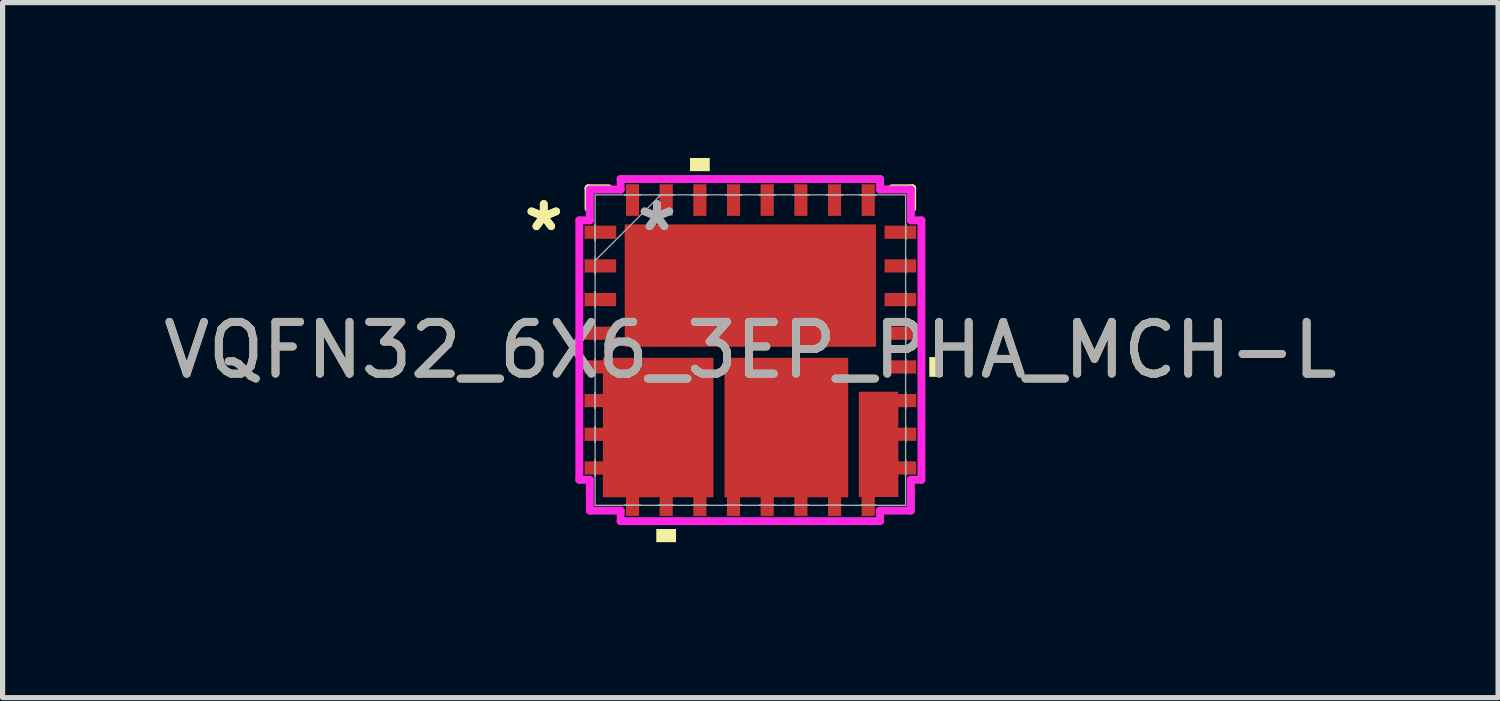
<source format=kicad_pcb>
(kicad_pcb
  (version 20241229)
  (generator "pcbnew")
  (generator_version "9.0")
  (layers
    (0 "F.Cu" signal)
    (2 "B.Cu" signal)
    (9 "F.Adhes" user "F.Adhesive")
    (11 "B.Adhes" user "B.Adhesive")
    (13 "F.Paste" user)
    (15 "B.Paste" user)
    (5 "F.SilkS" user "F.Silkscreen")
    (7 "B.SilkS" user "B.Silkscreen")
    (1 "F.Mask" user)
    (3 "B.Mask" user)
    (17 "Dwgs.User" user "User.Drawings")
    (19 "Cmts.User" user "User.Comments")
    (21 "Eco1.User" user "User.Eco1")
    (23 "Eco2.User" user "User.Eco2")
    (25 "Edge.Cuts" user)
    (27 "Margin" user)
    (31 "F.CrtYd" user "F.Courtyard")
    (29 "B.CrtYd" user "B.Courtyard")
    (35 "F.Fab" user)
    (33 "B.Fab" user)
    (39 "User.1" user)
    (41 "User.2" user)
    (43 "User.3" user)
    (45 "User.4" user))
  (footprint "VQFN32_6X6_3EP_PHA_MCH-L"
    (layer "F.Cu")
    (at 11.435 3.708)
    (property "Reference" "VQFN32_6X6_3EP_PHA_MCH-L" (at 0 0 0) (unlocked yes) (layer "F.SilkS") (effects (font (size 1 1) (thickness 0.15))))
    (attr smd)
    (fp_line (start -3.124 -3.124) (end -3.124 -2.735) (stroke (width 0.152) (type solid)) (layer "F.SilkS"))
    (fp_line (start -2.735 -3.124) (end -3.124 -3.124) (stroke (width 0.152) (type solid)) (layer "F.SilkS"))
    (fp_line (start 3.124 -3.124) (end 2.735 -3.124) (stroke (width 0.152) (type solid)) (layer "F.SilkS"))
    (fp_line (start 3.124 -2.735) (end 3.124 -3.124) (stroke (width 0.152) (type solid)) (layer "F.SilkS"))
    (fp_poly (pts (xy -1.816 3.454) (xy -1.816 3.708) (xy -1.435 3.708) (xy -1.435 3.454)) (stroke (width 0) (type solid)) (fill yes) (layer "F.SilkS"))
    (fp_poly (pts (xy -1.165 -3.454) (xy -1.165 -3.708) (xy -0.784 -3.708) (xy -0.784 -3.454)) (stroke (width 0) (type solid)) (fill yes) (layer "F.SilkS"))
    (fp_poly (pts (xy 3.708 0.135) (xy 3.708 0.516) (xy 3.454 0.516) (xy 3.454 0.135)) (stroke (width 0) (type solid)) (fill yes) (layer "F.SilkS"))
    (fp_line (start -3.302 -2.504) (end -3.099 -2.504) (stroke (width 0.152) (type solid)) (layer "F.CrtYd"))
    (fp_line (start -3.302 2.504) (end -3.302 -2.504) (stroke (width 0.152) (type solid)) (layer "F.CrtYd"))
    (fp_line (start -3.099 -3.099) (end -2.504 -3.099) (stroke (width 0.152) (type solid)) (layer "F.CrtYd"))
    (fp_line (start -3.099 -2.504) (end -3.099 -3.099) (stroke (width 0.152) (type solid)) (layer "F.CrtYd"))
    (fp_line (start -3.099 2.504) (end -3.302 2.504) (stroke (width 0.152) (type solid)) (layer "F.CrtYd"))
    (fp_line (start -3.099 3.099) (end -3.099 2.504) (stroke (width 0.152) (type solid)) (layer "F.CrtYd"))
    (fp_line (start -2.504 -3.302) (end 2.504 -3.302) (stroke (width 0.152) (type solid)) (layer "F.CrtYd"))
    (fp_line (start -2.504 -3.099) (end -2.504 -3.302) (stroke (width 0.152) (type solid)) (layer "F.CrtYd"))
    (fp_line (start -2.504 3.099) (end -3.099 3.099) (stroke (width 0.152) (type solid)) (layer "F.CrtYd"))
    (fp_line (start -2.504 3.302) (end -2.504 3.099) (stroke (width 0.152) (type solid)) (layer "F.CrtYd"))
    (fp_line (start 2.504 -3.302) (end 2.504 -3.099) (stroke (width 0.152) (type solid)) (layer "F.CrtYd"))
    (fp_line (start 2.504 -3.099) (end 3.099 -3.099) (stroke (width 0.152) (type solid)) (layer "F.CrtYd"))
    (fp_line (start 2.504 3.099) (end 2.504 3.302) (stroke (width 0.152) (type solid)) (layer "F.CrtYd"))
    (fp_line (start 2.504 3.302) (end -2.504 3.302) (stroke (width 0.152) (type solid)) (layer "F.CrtYd"))
    (fp_line (start 3.099 -3.099) (end 3.099 -2.504) (stroke (width 0.152) (type solid)) (layer "F.CrtYd"))
    (fp_line (start 3.099 -2.504) (end 3.302 -2.504) (stroke (width 0.152) (type solid)) (layer "F.CrtYd"))
    (fp_line (start 3.099 2.504) (end 3.099 3.099) (stroke (width 0.152) (type solid)) (layer "F.CrtYd"))
    (fp_line (start 3.099 3.099) (end 2.504 3.099) (stroke (width 0.152) (type solid)) (layer "F.CrtYd"))
    (fp_line (start 3.302 -2.504) (end 3.302 2.504) (stroke (width 0.152) (type solid)) (layer "F.CrtYd"))
    (fp_line (start 3.302 2.504) (end 3.099 2.504) (stroke (width 0.152) (type solid)) (layer "F.CrtYd"))
    (fp_line (start -2.997 -2.997) (end -2.997 2.997) (stroke (width 0.025) (type solid)) (layer "F.Fab"))
    (fp_line (start -2.997 -2.427) (end -2.997 -2.427) (stroke (width 0.025) (type solid)) (layer "F.Fab"))
    (fp_line (start -2.997 -2.427) (end -2.997 -2.123) (stroke (width 0.025) (type solid)) (layer "F.Fab"))
    (fp_line (start -2.997 -2.123) (end -2.997 -2.427) (stroke (width 0.025) (type solid)) (layer "F.Fab"))
    (fp_line (start -2.997 -2.123) (end -2.997 -2.123) (stroke (width 0.025) (type solid)) (layer "F.Fab"))
    (fp_line (start -2.997 -1.777) (end -2.997 -1.777) (stroke (width 0.025) (type solid)) (layer "F.Fab"))
    (fp_line (start -2.997 -1.777) (end -2.997 -1.473) (stroke (width 0.025) (type solid)) (layer "F.Fab"))
    (fp_line (start -2.997 -1.727) (end -1.727 -2.997) (stroke (width 0.025) (type solid)) (layer "F.Fab"))
    (fp_line (start -2.997 -1.473) (end -2.997 -1.777) (stroke (width 0.025) (type solid)) (layer "F.Fab"))
    (fp_line (start -2.997 -1.473) (end -2.997 -1.473) (stroke (width 0.025) (type solid)) (layer "F.Fab"))
    (fp_line (start -2.997 -1.127) (end -2.997 -1.127) (stroke (width 0.025) (type solid)) (layer "F.Fab"))
    (fp_line (start -2.997 -1.127) (end -2.997 -0.823) (stroke (width 0.025) (type solid)) (layer "F.Fab"))
    (fp_line (start -2.997 -0.823) (end -2.997 -1.127) (stroke (width 0.025) (type solid)) (layer "F.Fab"))
    (fp_line (start -2.997 -0.823) (end -2.997 -0.823) (stroke (width 0.025) (type solid)) (layer "F.Fab"))
    (fp_line (start -2.997 -0.477) (end -2.997 -0.477) (stroke (width 0.025) (type solid)) (layer "F.Fab"))
    (fp_line (start -2.997 -0.477) (end -2.997 -0.173) (stroke (width 0.025) (type solid)) (layer "F.Fab"))
    (fp_line (start -2.997 -0.173) (end -2.997 -0.477) (stroke (width 0.025) (type solid)) (layer "F.Fab"))
    (fp_line (start -2.997 -0.173) (end -2.997 -0.173) (stroke (width 0.025) (type solid)) (layer "F.Fab"))
    (fp_line (start -2.997 0.173) (end -2.997 0.173) (stroke (width 0.025) (type solid)) (layer "F.Fab"))
    (fp_line (start -2.997 0.173) (end -2.997 0.477) (stroke (width 0.025) (type solid)) (layer "F.Fab"))
    (fp_line (start -2.997 0.477) (end -2.997 0.173) (stroke (width 0.025) (type solid)) (layer "F.Fab"))
    (fp_line (start -2.997 0.477) (end -2.997 0.477) (stroke (width 0.025) (type solid)) (layer "F.Fab"))
    (fp_line (start -2.997 0.823) (end -2.997 0.823) (stroke (width 0.025) (type solid)) (layer "F.Fab"))
    (fp_line (start -2.997 0.823) (end -2.997 1.127) (stroke (width 0.025) (type solid)) (layer "F.Fab"))
    (fp_line (start -2.997 1.127) (end -2.997 0.823) (stroke (width 0.025) (type solid)) (layer "F.Fab"))
    (fp_line (start -2.997 1.127) (end -2.997 1.127) (stroke (width 0.025) (type solid)) (layer "F.Fab"))
    (fp_line (start -2.997 1.473) (end -2.997 1.473) (stroke (width 0.025) (type solid)) (layer "F.Fab"))
    (fp_line (start -2.997 1.473) (end -2.997 1.777) (stroke (width 0.025) (type solid)) (layer "F.Fab"))
    (fp_line (start -2.997 1.777) (end -2.997 1.473) (stroke (width 0.025) (type solid)) (layer "F.Fab"))
    (fp_line (start -2.997 1.777) (end -2.997 1.777) (stroke (width 0.025) (type solid)) (layer "F.Fab"))
    (fp_line (start -2.997 2.123) (end -2.997 2.123) (stroke (width 0.025) (type solid)) (layer "F.Fab"))
    (fp_line (start -2.997 2.123) (end -2.997 2.427) (stroke (width 0.025) (type solid)) (layer "F.Fab"))
    (fp_line (start -2.997 2.427) (end -2.997 2.123) (stroke (width 0.025) (type solid)) (layer "F.Fab"))
    (fp_line (start -2.997 2.427) (end -2.997 2.427) (stroke (width 0.025) (type solid)) (layer "F.Fab"))
    (fp_line (start -2.997 2.997) (end 2.997 2.997) (stroke (width 0.025) (type solid)) (layer "F.Fab"))
    (fp_line (start -2.427 -2.997) (end -2.427 -2.997) (stroke (width 0.025) (type solid)) (layer "F.Fab"))
    (fp_line (start -2.427 -2.997) (end -2.123 -2.997) (stroke (width 0.025) (type solid)) (layer "F.Fab"))
    (fp_line (start -2.427 2.997) (end -2.427 2.997) (stroke (width 0.025) (type solid)) (layer "F.Fab"))
    (fp_line (start -2.427 2.997) (end -2.123 2.997) (stroke (width 0.025) (type solid)) (layer "F.Fab"))
    (fp_line (start -2.123 -2.997) (end -2.427 -2.997) (stroke (width 0.025) (type solid)) (layer "F.Fab"))
    (fp_line (start -2.123 -2.997) (end -2.123 -2.997) (stroke (width 0.025) (type solid)) (layer "F.Fab"))
    (fp_line (start -2.123 2.997) (end -2.427 2.997) (stroke (width 0.025) (type solid)) (layer "F.Fab"))
    (fp_line (start -2.123 2.997) (end -2.123 2.997) (stroke (width 0.025) (type solid)) (layer "F.Fab"))
    (fp_line (start -1.777 -2.997) (end -1.777 -2.997) (stroke (width 0.025) (type solid)) (layer "F.Fab"))
    (fp_line (start -1.777 -2.997) (end -1.473 -2.997) (stroke (width 0.025) (type solid)) (layer "F.Fab"))
    (fp_line (start -1.777 2.997) (end -1.777 2.997) (stroke (width 0.025) (type solid)) (layer "F.Fab"))
    (fp_line (start -1.777 2.997) (end -1.473 2.997) (stroke (width 0.025) (type solid)) (layer "F.Fab"))
    (fp_line (start -1.473 -2.997) (end -1.777 -2.997) (stroke (width 0.025) (type solid)) (layer "F.Fab"))
    (fp_line (start -1.473 -2.997) (end -1.473 -2.997) (stroke (width 0.025) (type solid)) (layer "F.Fab"))
    (fp_line (start -1.473 2.997) (end -1.777 2.997) (stroke (width 0.025) (type solid)) (layer "F.Fab"))
    (fp_line (start -1.473 2.997) (end -1.473 2.997) (stroke (width 0.025) (type solid)) (layer "F.Fab"))
    (fp_line (start -1.127 -2.997) (end -1.127 -2.997) (stroke (width 0.025) (type solid)) (layer "F.Fab"))
    (fp_line (start -1.127 -2.997) (end -0.823 -2.997) (stroke (width 0.025) (type solid)) (layer "F.Fab"))
    (fp_line (start -1.127 2.997) (end -1.127 2.997) (stroke (width 0.025) (type solid)) (layer "F.Fab"))
    (fp_line (start -1.127 2.997) (end -0.823 2.997) (stroke (width 0.025) (type solid)) (layer "F.Fab"))
    (fp_line (start -0.823 -2.997) (end -1.127 -2.997) (stroke (width 0.025) (type solid)) (layer "F.Fab"))
    (fp_line (start -0.823 -2.997) (end -0.823 -2.997) (stroke (width 0.025) (type solid)) (layer "F.Fab"))
    (fp_line (start -0.823 2.997) (end -1.127 2.997) (stroke (width 0.025) (type solid)) (layer "F.Fab"))
    (fp_line (start -0.823 2.997) (end -0.823 2.997) (stroke (width 0.025) (type solid)) (layer "F.Fab"))
    (fp_line (start -0.477 -2.997) (end -0.477 -2.997) (stroke (width 0.025) (type solid)) (layer "F.Fab"))
    (fp_line (start -0.477 -2.997) (end -0.173 -2.997) (stroke (width 0.025) (type solid)) (layer "F.Fab"))
    (fp_line (start -0.477 2.997) (end -0.477 2.997) (stroke (width 0.025) (type solid)) (layer "F.Fab"))
    (fp_line (start -0.477 2.997) (end -0.173 2.997) (stroke (width 0.025) (type solid)) (layer "F.Fab"))
    (fp_line (start -0.173 -2.997) (end -0.477 -2.997) (stroke (width 0.025) (type solid)) (layer "F.Fab"))
    (fp_line (start -0.173 -2.997) (end -0.173 -2.997) (stroke (width 0.025) (type solid)) (layer "F.Fab"))
    (fp_line (start -0.173 2.997) (end -0.477 2.997) (stroke (width 0.025) (type solid)) (layer "F.Fab"))
    (fp_line (start -0.173 2.997) (end -0.173 2.997) (stroke (width 0.025) (type solid)) (layer "F.Fab"))
    (fp_line (start 0.173 -2.997) (end 0.173 -2.997) (stroke (width 0.025) (type solid)) (layer "F.Fab"))
    (fp_line (start 0.173 -2.997) (end 0.477 -2.997) (stroke (width 0.025) (type solid)) (layer "F.Fab"))
    (fp_line (start 0.173 2.997) (end 0.173 2.997) (stroke (width 0.025) (type solid)) (layer "F.Fab"))
    (fp_line (start 0.173 2.997) (end 0.477 2.997) (stroke (width 0.025) (type solid)) (layer "F.Fab"))
    (fp_line (start 0.477 -2.997) (end 0.173 -2.997) (stroke (width 0.025) (type solid)) (layer "F.Fab"))
    (fp_line (start 0.477 -2.997) (end 0.477 -2.997) (stroke (width 0.025) (type solid)) (layer "F.Fab"))
    (fp_line (start 0.477 2.997) (end 0.173 2.997) (stroke (width 0.025) (type solid)) (layer "F.Fab"))
    (fp_line (start 0.477 2.997) (end 0.477 2.997) (stroke (width 0.025) (type solid)) (layer "F.Fab"))
    (fp_line (start 0.823 -2.997) (end 0.823 -2.997) (stroke (width 0.025) (type solid)) (layer "F.Fab"))
    (fp_line (start 0.823 -2.997) (end 1.127 -2.997) (stroke (width 0.025) (type solid)) (layer "F.Fab"))
    (fp_line (start 0.823 2.997) (end 0.823 2.997) (stroke (width 0.025) (type solid)) (layer "F.Fab"))
    (fp_line (start 0.823 2.997) (end 1.127 2.997) (stroke (width 0.025) (type solid)) (layer "F.Fab"))
    (fp_line (start 1.127 -2.997) (end 0.823 -2.997) (stroke (width 0.025) (type solid)) (layer "F.Fab"))
    (fp_line (start 1.127 -2.997) (end 1.127 -2.997) (stroke (width 0.025) (type solid)) (layer "F.Fab"))
    (fp_line (start 1.127 2.997) (end 0.823 2.997) (stroke (width 0.025) (type solid)) (layer "F.Fab"))
    (fp_line (start 1.127 2.997) (end 1.127 2.997) (stroke (width 0.025) (type solid)) (layer "F.Fab"))
    (fp_line (start 1.473 -2.997) (end 1.473 -2.997) (stroke (width 0.025) (type solid)) (layer "F.Fab"))
    (fp_line (start 1.473 -2.997) (end 1.777 -2.997) (stroke (width 0.025) (type solid)) (layer "F.Fab"))
    (fp_line (start 1.473 2.997) (end 1.473 2.997) (stroke (width 0.025) (type solid)) (layer "F.Fab"))
    (fp_line (start 1.473 2.997) (end 1.777 2.997) (stroke (width 0.025) (type solid)) (layer "F.Fab"))
    (fp_line (start 1.777 -2.997) (end 1.473 -2.997) (stroke (width 0.025) (type solid)) (layer "F.Fab"))
    (fp_line (start 1.777 -2.997) (end 1.777 -2.997) (stroke (width 0.025) (type solid)) (layer "F.Fab"))
    (fp_line (start 1.777 2.997) (end 1.473 2.997) (stroke (width 0.025) (type solid)) (layer "F.Fab"))
    (fp_line (start 1.777 2.997) (end 1.777 2.997) (stroke (width 0.025) (type solid)) (layer "F.Fab"))
    (fp_line (start 2.123 -2.997) (end 2.123 -2.997) (stroke (width 0.025) (type solid)) (layer "F.Fab"))
    (fp_line (start 2.123 -2.997) (end 2.427 -2.997) (stroke (width 0.025) (type solid)) (layer "F.Fab"))
    (fp_line (start 2.123 2.997) (end 2.123 2.997) (stroke (width 0.025) (type solid)) (layer "F.Fab"))
    (fp_line (start 2.123 2.997) (end 2.427 2.997) (stroke (width 0.025) (type solid)) (layer "F.Fab"))
    (fp_line (start 2.427 -2.997) (end 2.123 -2.997) (stroke (width 0.025) (type solid)) (layer "F.Fab"))
    (fp_line (start 2.427 -2.997) (end 2.427 -2.997) (stroke (width 0.025) (type solid)) (layer "F.Fab"))
    (fp_line (start 2.427 2.997) (end 2.123 2.997) (stroke (width 0.025) (type solid)) (layer "F.Fab"))
    (fp_line (start 2.427 2.997) (end 2.427 2.997) (stroke (width 0.025) (type solid)) (layer "F.Fab"))
    (fp_line (start 2.997 -2.997) (end -2.997 -2.997) (stroke (width 0.025) (type solid)) (layer "F.Fab"))
    (fp_line (start 2.997 -2.427) (end 2.997 -2.427) (stroke (width 0.025) (type solid)) (layer "F.Fab"))
    (fp_line (start 2.997 -2.427) (end 2.997 -2.123) (stroke (width 0.025) (type solid)) (layer "F.Fab"))
    (fp_line (start 2.997 -2.123) (end 2.997 -2.427) (stroke (width 0.025) (type solid)) (layer "F.Fab"))
    (fp_line (start 2.997 -2.123) (end 2.997 -2.123) (stroke (width 0.025) (type solid)) (layer "F.Fab"))
    (fp_line (start 2.997 -1.777) (end 2.997 -1.777) (stroke (width 0.025) (type solid)) (layer "F.Fab"))
    (fp_line (start 2.997 -1.777) (end 2.997 -1.473) (stroke (width 0.025) (type solid)) (layer "F.Fab"))
    (fp_line (start 2.997 -1.473) (end 2.997 -1.777) (stroke (width 0.025) (type solid)) (layer "F.Fab"))
    (fp_line (start 2.997 -1.473) (end 2.997 -1.473) (stroke (width 0.025) (type solid)) (layer "F.Fab"))
    (fp_line (start 2.997 -1.127) (end 2.997 -1.127) (stroke (width 0.025) (type solid)) (layer "F.Fab"))
    (fp_line (start 2.997 -1.127) (end 2.997 -0.823) (stroke (width 0.025) (type solid)) (layer "F.Fab"))
    (fp_line (start 2.997 -0.823) (end 2.997 -1.127) (stroke (width 0.025) (type solid)) (layer "F.Fab"))
    (fp_line (start 2.997 -0.823) (end 2.997 -0.823) (stroke (width 0.025) (type solid)) (layer "F.Fab"))
    (fp_line (start 2.997 -0.477) (end 2.997 -0.477) (stroke (width 0.025) (type solid)) (layer "F.Fab"))
    (fp_line (start 2.997 -0.477) (end 2.997 -0.173) (stroke (width 0.025) (type solid)) (layer "F.Fab"))
    (fp_line (start 2.997 -0.173) (end 2.997 -0.477) (stroke (width 0.025) (type solid)) (layer "F.Fab"))
    (fp_line (start 2.997 -0.173) (end 2.997 -0.173) (stroke (width 0.025) (type solid)) (layer "F.Fab"))
    (fp_line (start 2.997 0.173) (end 2.997 0.173) (stroke (width 0.025) (type solid)) (layer "F.Fab"))
    (fp_line (start 2.997 0.173) (end 2.997 0.477) (stroke (width 0.025) (type solid)) (layer "F.Fab"))
    (fp_line (start 2.997 0.477) (end 2.997 0.173) (stroke (width 0.025) (type solid)) (layer "F.Fab"))
    (fp_line (start 2.997 0.477) (end 2.997 0.477) (stroke (width 0.025) (type solid)) (layer "F.Fab"))
    (fp_line (start 2.997 0.823) (end 2.997 0.823) (stroke (width 0.025) (type solid)) (layer "F.Fab"))
    (fp_line (start 2.997 0.823) (end 2.997 1.127) (stroke (width 0.025) (type solid)) (layer "F.Fab"))
    (fp_line (start 2.997 1.127) (end 2.997 0.823) (stroke (width 0.025) (type solid)) (layer "F.Fab"))
    (fp_line (start 2.997 1.127) (end 2.997 1.127) (stroke (width 0.025) (type solid)) (layer "F.Fab"))
    (fp_line (start 2.997 1.473) (end 2.997 1.473) (stroke (width 0.025) (type solid)) (layer "F.Fab"))
    (fp_line (start 2.997 1.473) (end 2.997 1.777) (stroke (width 0.025) (type solid)) (layer "F.Fab"))
    (fp_line (start 2.997 1.777) (end 2.997 1.473) (stroke (width 0.025) (type solid)) (layer "F.Fab"))
    (fp_line (start 2.997 1.777) (end 2.997 1.777) (stroke (width 0.025) (type solid)) (layer "F.Fab"))
    (fp_line (start 2.997 2.123) (end 2.997 2.123) (stroke (width 0.025) (type solid)) (layer "F.Fab"))
    (fp_line (start 2.997 2.123) (end 2.997 2.427) (stroke (width 0.025) (type solid)) (layer "F.Fab"))
    (fp_line (start 2.997 2.427) (end 2.997 2.123) (stroke (width 0.025) (type solid)) (layer "F.Fab"))
    (fp_line (start 2.997 2.427) (end 2.997 2.427) (stroke (width 0.025) (type solid)) (layer "F.Fab"))
    (fp_line (start 2.997 2.997) (end 2.997 -2.997) (stroke (width 0.025) (type solid)) (layer "F.Fab"))
    (fp_text user "*" (at -3.988 -2.275 0) (unlocked yes) (layer "F.SilkS") (effects (font (size 1 1) (thickness 0.15))))
    (fp_text user "*" (at -3.988 -2.275 0) (layer "F.SilkS") (effects (font (size 1 1) (thickness 0.15))))
    (fp_text user "${REFERENCE}" (at 0 0 0) (unlocked yes) (layer "F.Fab") (effects (font (size 1 1) (thickness 0.15))))
    (fp_text user "*" (at -1.803 -2.275 0) (layer "F.Fab") (effects (font (size 1 1) (thickness 0.15))))
    (fp_text user "*" (at -1.803 -2.275 0) (unlocked yes) (layer "F.Fab") (effects (font (size 1 1) (thickness 0.15))))
    (pad "1" smd rect (at -2.896 -2.275 90) (size 0.254 0.61) (layers "F.Cu" "F.Mask" "F.Paste"))
    (pad "2" smd rect (at -2.896 -1.625 90) (size 0.254 0.61) (layers "F.Cu" "F.Mask" "F.Paste"))
    (pad "3" smd rect (at -2.896 -0.975 90) (size 0.254 0.61) (layers "F.Cu" "F.Mask" "F.Paste"))
    (pad "4" smd rect (at -2.896 -0.325 90) (size 0.254 0.61) (layers "F.Cu" "F.Mask" "F.Paste"))
    (pad "5" smd rect (at -2.896 0.325 90) (size 0.254 0.61) (layers "F.Cu" "F.Mask" "F.Paste"))
    (pad "6" smd rect (at -2.896 0.975 90) (size 0.254 0.61) (layers "F.Cu" "F.Mask" "F.Paste"))
    (pad "7" smd rect (at -2.896 1.625 90) (size 0.254 0.61) (layers "F.Cu" "F.Mask" "F.Paste"))
    (pad "8" smd rect (at -2.896 2.275 90) (size 0.254 0.61) (layers "F.Cu" "F.Mask" "F.Paste"))
    (pad "9" smd rect (at -2.275 2.896) (size 0.254 0.61) (layers "F.Cu" "F.Mask" "F.Paste"))
    (pad "10" smd rect (at -1.625 2.896) (size 0.254 0.61) (layers "F.Cu" "F.Mask" "F.Paste"))
    (pad "11" smd rect (at -0.975 2.896) (size 0.254 0.61) (layers "F.Cu" "F.Mask" "F.Paste"))
    (pad "12" smd rect (at -0.325 2.896) (size 0.254 0.61) (layers "F.Cu" "F.Mask" "F.Paste"))
    (pad "13" smd rect (at 0.325 2.896) (size 0.254 0.61) (layers "F.Cu" "F.Mask" "F.Paste"))
    (pad "14" smd rect (at 0.975 2.896) (size 0.254 0.61) (layers "F.Cu" "F.Mask" "F.Paste"))
    (pad "15" smd rect (at 1.625 2.896) (size 0.254 0.61) (layers "F.Cu" "F.Mask" "F.Paste"))
    (pad "16" smd rect (at 2.275 2.896) (size 0.254 0.61) (layers "F.Cu" "F.Mask" "F.Paste"))
    (pad "17" smd rect (at 2.896 2.275 90) (size 0.254 0.61) (layers "F.Cu" "F.Mask" "F.Paste"))
    (pad "18" smd rect (at 2.896 1.625 90) (size 0.254 0.61) (layers "F.Cu" "F.Mask" "F.Paste"))
    (pad "19" smd rect (at 2.896 0.975 90) (size 0.254 0.61) (layers "F.Cu" "F.Mask" "F.Paste"))
    (pad "20" smd rect (at 2.896 0.325 90) (size 0.254 0.61) (layers "F.Cu" "F.Mask" "F.Paste"))
    (pad "21" smd rect (at 2.896 -0.325 90) (size 0.254 0.61) (layers "F.Cu" "F.Mask" "F.Paste"))
    (pad "22" smd rect (at 2.896 -0.975 90) (size 0.254 0.61) (layers "F.Cu" "F.Mask" "F.Paste"))
    (pad "23" smd rect (at 2.896 -1.625 90) (size 0.254 0.61) (layers "F.Cu" "F.Mask" "F.Paste"))
    (pad "24" smd rect (at 2.896 -2.275 90) (size 0.254 0.61) (layers "F.Cu" "F.Mask" "F.Paste"))
    (pad "25" smd rect (at 2.275 -2.896) (size 0.254 0.61) (layers "F.Cu" "F.Mask" "F.Paste"))
    (pad "26" smd rect (at 1.625 -2.896) (size 0.254 0.61) (layers "F.Cu" "F.Mask" "F.Paste"))
    (pad "27" smd rect (at 0.975 -2.896) (size 0.254 0.61) (layers "F.Cu" "F.Mask" "F.Paste"))
    (pad "28" smd rect (at 0.325 -2.896) (size 0.254 0.61) (layers "F.Cu" "F.Mask" "F.Paste"))
    (pad "29" smd rect (at -0.325 -2.896) (size 0.254 0.61) (layers "F.Cu" "F.Mask" "F.Paste"))
    (pad "30" smd rect (at -0.975 -2.896) (size 0.254 0.61) (layers "F.Cu" "F.Mask" "F.Paste"))
    (pad "31" smd rect (at -1.625 -2.896) (size 0.254 0.61) (layers "F.Cu" "F.Mask" "F.Paste"))
    (pad "32" smd rect (at -2.275 -2.896) (size 0.254 0.61) (layers "F.Cu" "F.Mask" "F.Paste"))
    (pad "33" smd rect (at 0 -1.245) (size 4.851 2.362) (layers "F.Cu" "F.Mask" "F.Paste"))
    (pad "EP5" smd rect (at -1.78 1.495) (size 2.134 2.692) (layers "F.Cu" "F.Mask" "F.Paste"))
    (pad "EP12" smd rect (at 0.695 1.495) (size 2.388 2.692) (layers "F.Cu" "F.Mask" "F.Paste"))
    (pad "EP19" smd rect (at 2.475 1.82) (size 0.762 2.032) (layers "F.Cu" "F.Mask" "F.Paste")))
  (gr_rect
    (start -3 -3)
    (end 25.869 10.417)
    (stroke (width 0.1) (type default))
    (fill no)
    (layer "Edge.Cuts")))
</source>
